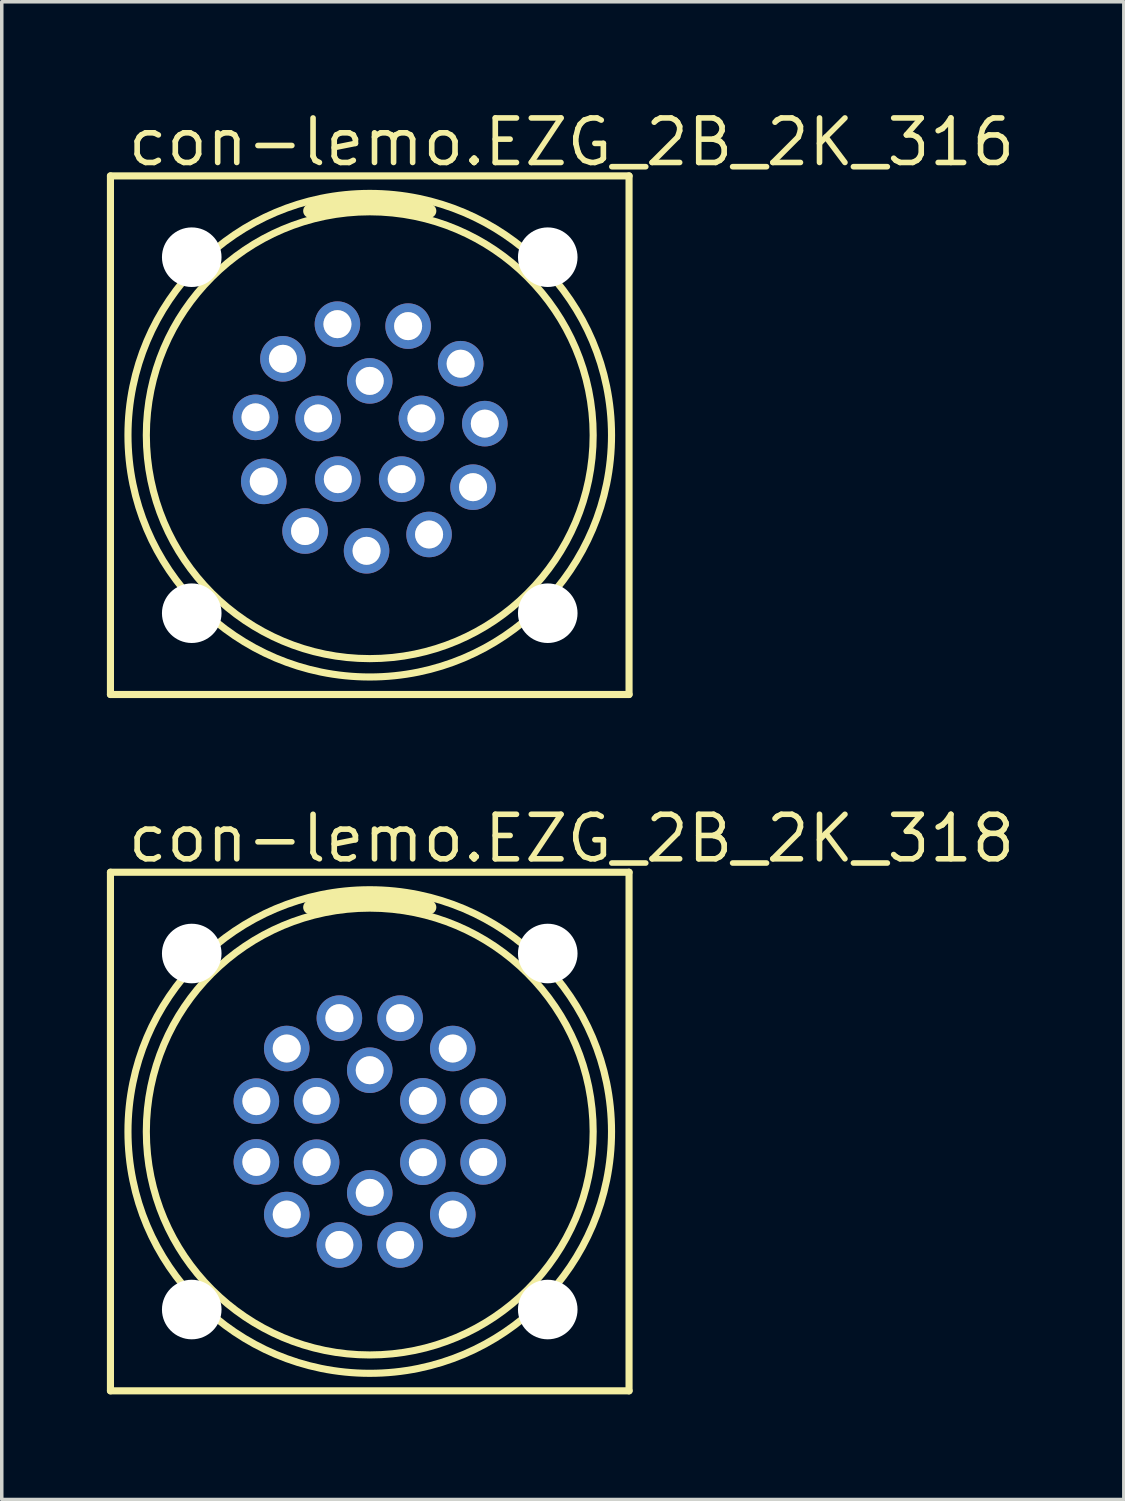
<source format=kicad_pcb>
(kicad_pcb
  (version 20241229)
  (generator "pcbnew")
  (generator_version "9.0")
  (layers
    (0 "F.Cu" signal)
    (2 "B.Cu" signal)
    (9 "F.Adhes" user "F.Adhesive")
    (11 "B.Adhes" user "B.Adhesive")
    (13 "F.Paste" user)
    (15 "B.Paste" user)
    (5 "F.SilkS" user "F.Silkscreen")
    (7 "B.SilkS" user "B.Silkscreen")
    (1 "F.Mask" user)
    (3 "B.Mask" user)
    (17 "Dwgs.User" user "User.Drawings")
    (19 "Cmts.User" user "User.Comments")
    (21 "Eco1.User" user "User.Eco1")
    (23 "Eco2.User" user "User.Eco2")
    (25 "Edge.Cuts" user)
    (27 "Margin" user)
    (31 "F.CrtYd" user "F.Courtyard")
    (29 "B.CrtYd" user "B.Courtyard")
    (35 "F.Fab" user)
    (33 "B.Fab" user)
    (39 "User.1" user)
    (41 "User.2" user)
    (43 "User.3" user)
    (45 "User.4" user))
  (footprint "con-lemo.EZG_2B_2K_316"
    (layer "F.Cu")
    (at 7.502 9.37)
    (property "Reference" "con-lemo.EZG_2B_2K_316" (at -6.985 -7.62 0) (layer "F.SilkS") (effects (font (size 1.27 1.27) (thickness 0.16)) (justify left bottom)))
    (attr through_hole)
    (fp_line (start -7.4 -7.4) (end 7.4 -7.4) (stroke (width 0.203) (type default)) (layer "F.SilkS"))
    (fp_line (start -7.4 7.4) (end -7.4 -7.4) (stroke (width 0.203) (type default)) (layer "F.SilkS"))
    (fp_line (start 7.4 -7.4) (end 7.4 7.4) (stroke (width 0.203) (type default)) (layer "F.SilkS"))
    (fp_line (start 7.4 7.4) (end -7.4 7.4) (stroke (width 0.203) (type default)) (layer "F.SilkS"))
    (fp_arc (start -1.7 -6.4) (mid 0 -6.650475) (end 1.7 -6.4) (stroke (width 0.4) (type default)) (layer "F.SilkS"))
    (fp_circle (center 0 0) (end 6.376 0) (stroke (width 0.203) (type default)) (fill no) (layer "F.SilkS"))
    (fp_circle (center 0 0) (end 6.9 0) (stroke (width 0.203) (type default)) (fill no) (layer "F.SilkS"))
    (fp_circle (center -3.26 -0.51) (end -2.962 -0.51) (stroke (width 0.203) (type default)) (fill no) (layer "F.Fab"))
    (fp_circle (center -3.025 1.318) (end -2.727 1.318) (stroke (width 0.203) (type default)) (fill no) (layer "F.Fab"))
    (fp_circle (center -2.478 -2.18) (end -2.179 -2.18) (stroke (width 0.203) (type default)) (fill no) (layer "F.Fab"))
    (fp_circle (center -1.846 2.735) (end -1.548 2.735) (stroke (width 0.203) (type default)) (fill no) (layer "F.Fab"))
    (fp_circle (center -1.474 -0.479) (end -1.176 -0.479) (stroke (width 0.203) (type default)) (fill no) (layer "F.Fab"))
    (fp_circle (center -0.922 -3.169) (end -0.623 -3.169) (stroke (width 0.203) (type default)) (fill no) (layer "F.Fab"))
    (fp_circle (center -0.911 1.254) (end -0.613 1.254) (stroke (width 0.203) (type default)) (fill no) (layer "F.Fab"))
    (fp_circle (center -0.091 3.299) (end 0.207 3.299) (stroke (width 0.203) (type default)) (fill no) (layer "F.Fab"))
    (fp_circle (center 0 -1.55) (end 0.298 -1.55) (stroke (width 0.203) (type default)) (fill no) (layer "F.Fab"))
    (fp_circle (center 0.911 1.254) (end 1.21 1.254) (stroke (width 0.203) (type default)) (fill no) (layer "F.Fab"))
    (fp_circle (center 1.095 -3.113) (end 1.393 -3.113) (stroke (width 0.203) (type default)) (fill no) (layer "F.Fab"))
    (fp_circle (center 1.474 -0.479) (end 1.772 -0.479) (stroke (width 0.203) (type default)) (fill no) (layer "F.Fab"))
    (fp_circle (center 1.693 2.833) (end 1.991 2.833) (stroke (width 0.203) (type default)) (fill no) (layer "F.Fab"))
    (fp_circle (center 2.594 -2.04) (end 2.892 -2.04) (stroke (width 0.203) (type default)) (fill no) (layer "F.Fab"))
    (fp_circle (center 2.948 1.483) (end 3.247 1.483) (stroke (width 0.203) (type default)) (fill no) (layer "F.Fab"))
    (fp_circle (center 3.284 -0.33) (end 3.582 -0.33) (stroke (width 0.203) (type default)) (fill no) (layer "F.Fab"))
    (pad "" np_thru_hole circle (at -5.08 -5.08) (size 1.7 1.7) (drill 1.7) (layers "*.Cu" "*.Mask"))
    (pad "" np_thru_hole circle (at -5.08 5.08) (size 1.7 1.7) (drill 1.7) (layers "*.Cu" "*.Mask"))
    (pad "" np_thru_hole circle (at 5.08 -5.08) (size 1.7 1.7) (drill 1.7) (layers "*.Cu" "*.Mask"))
    (pad "" np_thru_hole circle (at 5.08 5.08) (size 1.7 1.7) (drill 1.7) (layers "*.Cu" "*.Mask"))
    (pad "1" thru_hole circle (at -0.922 -3.169 106.2) (size 1.3 1.3) (drill 0.8) (layers "*.Cu" "*.Mask"))
    (pad "2" thru_hole circle (at -2.478 -2.18 138.7) (size 1.3 1.3) (drill 0.8) (layers "*.Cu" "*.Mask"))
    (pad "3" thru_hole circle (at -3.26 -0.51 171.1) (size 1.3 1.3) (drill 0.8) (layers "*.Cu" "*.Mask"))
    (pad "4" thru_hole circle (at -3.025 1.318 203.5) (size 1.3 1.3) (drill 0.8) (layers "*.Cu" "*.Mask"))
    (pad "5" thru_hole circle (at -1.846 2.735 236) (size 1.3 1.3) (drill 0.8) (layers "*.Cu" "*.Mask"))
    (pad "6" thru_hole circle (at -0.091 3.299 268.4) (size 1.3 1.3) (drill 0.8) (layers "*.Cu" "*.Mask"))
    (pad "7" thru_hole circle (at 1.693 2.833 300.9) (size 1.3 1.3) (drill 0.8) (layers "*.Cu" "*.Mask"))
    (pad "8" thru_hole circle (at 2.948 1.483 333.3) (size 1.3 1.3) (drill 0.8) (layers "*.Cu" "*.Mask"))
    (pad "9" thru_hole circle (at 3.284 -0.33 5.7) (size 1.3 1.3) (drill 0.8) (layers "*.Cu" "*.Mask"))
    (pad "10" thru_hole circle (at 2.594 -2.04 38.2) (size 1.3 1.3) (drill 0.8) (layers "*.Cu" "*.Mask"))
    (pad "11" thru_hole circle (at 1.095 -3.113 70.6) (size 1.3 1.3) (drill 0.8) (layers "*.Cu" "*.Mask"))
    (pad "12" thru_hole circle (at 0 -1.55 90) (size 1.3 1.3) (drill 0.8) (layers "*.Cu" "*.Mask"))
    (pad "13" thru_hole circle (at -1.474 -0.479 162) (size 1.3 1.3) (drill 0.8) (layers "*.Cu" "*.Mask"))
    (pad "14" thru_hole circle (at -0.911 1.254 234) (size 1.3 1.3) (drill 0.8) (layers "*.Cu" "*.Mask"))
    (pad "15" thru_hole circle (at 0.911 1.254 306) (size 1.3 1.3) (drill 0.8) (layers "*.Cu" "*.Mask"))
    (pad "16" thru_hole circle (at 1.474 -0.479 18) (size 1.3 1.3) (drill 0.8) (layers "*.Cu" "*.Mask")))
  (footprint "con-lemo.EZG_2B_2K_318"
    (layer "F.Cu")
    (at 7.502 29.242)
    (property "Reference" "con-lemo.EZG_2B_2K_318" (at -6.985 -7.62 0) (layer "F.SilkS") (effects (font (size 1.27 1.27) (thickness 0.16)) (justify left bottom)))
    (attr through_hole)
    (fp_line (start -7.4 -7.4) (end 7.4 -7.4) (stroke (width 0.203) (type default)) (layer "F.SilkS"))
    (fp_line (start -7.4 7.4) (end -7.4 -7.4) (stroke (width 0.203) (type default)) (layer "F.SilkS"))
    (fp_line (start 7.4 -7.4) (end 7.4 7.4) (stroke (width 0.203) (type default)) (layer "F.SilkS"))
    (fp_line (start 7.4 7.4) (end -7.4 7.4) (stroke (width 0.203) (type default)) (layer "F.SilkS"))
    (fp_arc (start -1.7 -6.4) (mid 0 -6.650475) (end 1.7 -6.4) (stroke (width 0.4) (type default)) (layer "F.SilkS"))
    (fp_circle (center 0 0) (end 6.376 0) (stroke (width 0.203) (type default)) (fill no) (layer "F.SilkS"))
    (fp_circle (center 0 0) (end 6.9 0) (stroke (width 0.203) (type default)) (fill no) (layer "F.SilkS"))
    (fp_circle (center -3.236 -0.867) (end -2.938 -0.867) (stroke (width 0.203) (type default)) (fill no) (layer "F.Fab"))
    (fp_circle (center -3.236 0.867) (end -2.938 0.867) (stroke (width 0.203) (type default)) (fill no) (layer "F.Fab"))
    (fp_circle (center -2.369 -2.369) (end -2.07 -2.369) (stroke (width 0.203) (type default)) (fill no) (layer "F.Fab"))
    (fp_circle (center -2.369 2.369) (end -2.07 2.369) (stroke (width 0.203) (type default)) (fill no) (layer "F.Fab"))
    (fp_circle (center -1.516 -0.875) (end -1.217 -0.875) (stroke (width 0.203) (type default)) (fill no) (layer "F.Fab"))
    (fp_circle (center -1.516 0.875) (end -1.217 0.875) (stroke (width 0.203) (type default)) (fill no) (layer "F.Fab"))
    (fp_circle (center -0.867 -3.236) (end -0.569 -3.236) (stroke (width 0.203) (type default)) (fill no) (layer "F.Fab"))
    (fp_circle (center -0.867 3.236) (end -0.569 3.236) (stroke (width 0.203) (type default)) (fill no) (layer "F.Fab"))
    (fp_circle (center 0 -1.75) (end 0.298 -1.75) (stroke (width 0.203) (type default)) (fill no) (layer "F.Fab"))
    (fp_circle (center 0 1.75) (end 0.298 1.75) (stroke (width 0.203) (type default)) (fill no) (layer "F.Fab"))
    (fp_circle (center 0.867 -3.236) (end 1.165 -3.236) (stroke (width 0.203) (type default)) (fill no) (layer "F.Fab"))
    (fp_circle (center 0.867 3.236) (end 1.165 3.236) (stroke (width 0.203) (type default)) (fill no) (layer "F.Fab"))
    (fp_circle (center 1.516 -0.875) (end 1.814 -0.875) (stroke (width 0.203) (type default)) (fill no) (layer "F.Fab"))
    (fp_circle (center 1.516 0.875) (end 1.814 0.875) (stroke (width 0.203) (type default)) (fill no) (layer "F.Fab"))
    (fp_circle (center 2.369 -2.369) (end 2.667 -2.369) (stroke (width 0.203) (type default)) (fill no) (layer "F.Fab"))
    (fp_circle (center 2.369 2.369) (end 2.667 2.369) (stroke (width 0.203) (type default)) (fill no) (layer "F.Fab"))
    (fp_circle (center 3.236 -0.867) (end 3.534 -0.867) (stroke (width 0.203) (type default)) (fill no) (layer "F.Fab"))
    (fp_circle (center 3.236 0.867) (end 3.534 0.867) (stroke (width 0.203) (type default)) (fill no) (layer "F.Fab"))
    (pad "" np_thru_hole circle (at -5.08 -5.08) (size 1.7 1.7) (drill 1.7) (layers "*.Cu" "*.Mask"))
    (pad "" np_thru_hole circle (at -5.08 5.08) (size 1.7 1.7) (drill 1.7) (layers "*.Cu" "*.Mask"))
    (pad "" np_thru_hole circle (at 5.08 -5.08) (size 1.7 1.7) (drill 1.7) (layers "*.Cu" "*.Mask"))
    (pad "" np_thru_hole circle (at 5.08 5.08) (size 1.7 1.7) (drill 1.7) (layers "*.Cu" "*.Mask"))
    (pad "1" thru_hole circle (at -0.867 -3.236 105) (size 1.3 1.3) (drill 0.8) (layers "*.Cu" "*.Mask"))
    (pad "2" thru_hole circle (at -2.369 -2.369 135) (size 1.3 1.3) (drill 0.8) (layers "*.Cu" "*.Mask"))
    (pad "3" thru_hole circle (at -3.236 -0.867 165) (size 1.3 1.3) (drill 0.8) (layers "*.Cu" "*.Mask"))
    (pad "4" thru_hole circle (at -3.236 0.867 195) (size 1.3 1.3) (drill 0.8) (layers "*.Cu" "*.Mask"))
    (pad "5" thru_hole circle (at -2.369 2.369 225) (size 1.3 1.3) (drill 0.8) (layers "*.Cu" "*.Mask"))
    (pad "6" thru_hole circle (at -0.867 3.236 255) (size 1.3 1.3) (drill 0.8) (layers "*.Cu" "*.Mask"))
    (pad "7" thru_hole circle (at 0.867 3.236 285) (size 1.3 1.3) (drill 0.8) (layers "*.Cu" "*.Mask"))
    (pad "8" thru_hole circle (at 2.369 2.369 315) (size 1.3 1.3) (drill 0.8) (layers "*.Cu" "*.Mask"))
    (pad "9" thru_hole circle (at 3.236 0.867 345) (size 1.3 1.3) (drill 0.8) (layers "*.Cu" "*.Mask"))
    (pad "10" thru_hole circle (at 3.236 -0.867 15) (size 1.3 1.3) (drill 0.8) (layers "*.Cu" "*.Mask"))
    (pad "11" thru_hole circle (at 2.369 -2.369 45) (size 1.3 1.3) (drill 0.8) (layers "*.Cu" "*.Mask"))
    (pad "12" thru_hole circle (at 0.867 -3.236 75) (size 1.3 1.3) (drill 0.8) (layers "*.Cu" "*.Mask"))
    (pad "13" thru_hole circle (at 0 -1.75 90) (size 1.3 1.3) (drill 0.8) (layers "*.Cu" "*.Mask"))
    (pad "14" thru_hole circle (at -1.516 -0.875 150) (size 1.3 1.3) (drill 0.8) (layers "*.Cu" "*.Mask"))
    (pad "15" thru_hole circle (at -1.516 0.875 210) (size 1.3 1.3) (drill 0.8) (layers "*.Cu" "*.Mask"))
    (pad "16" thru_hole circle (at 0 1.75 270) (size 1.3 1.3) (drill 0.8) (layers "*.Cu" "*.Mask"))
    (pad "17" thru_hole circle (at 1.516 0.875 330) (size 1.3 1.3) (drill 0.8) (layers "*.Cu" "*.Mask"))
    (pad "18" thru_hole circle (at 1.516 -0.875 30) (size 1.3 1.3) (drill 0.8) (layers "*.Cu" "*.Mask")))
  (gr_rect
    (start -3 -3)
    (end 29.022 39.743)
    (stroke (width 0.1) (type default))
    (fill no)
    (layer "Edge.Cuts")))
</source>
